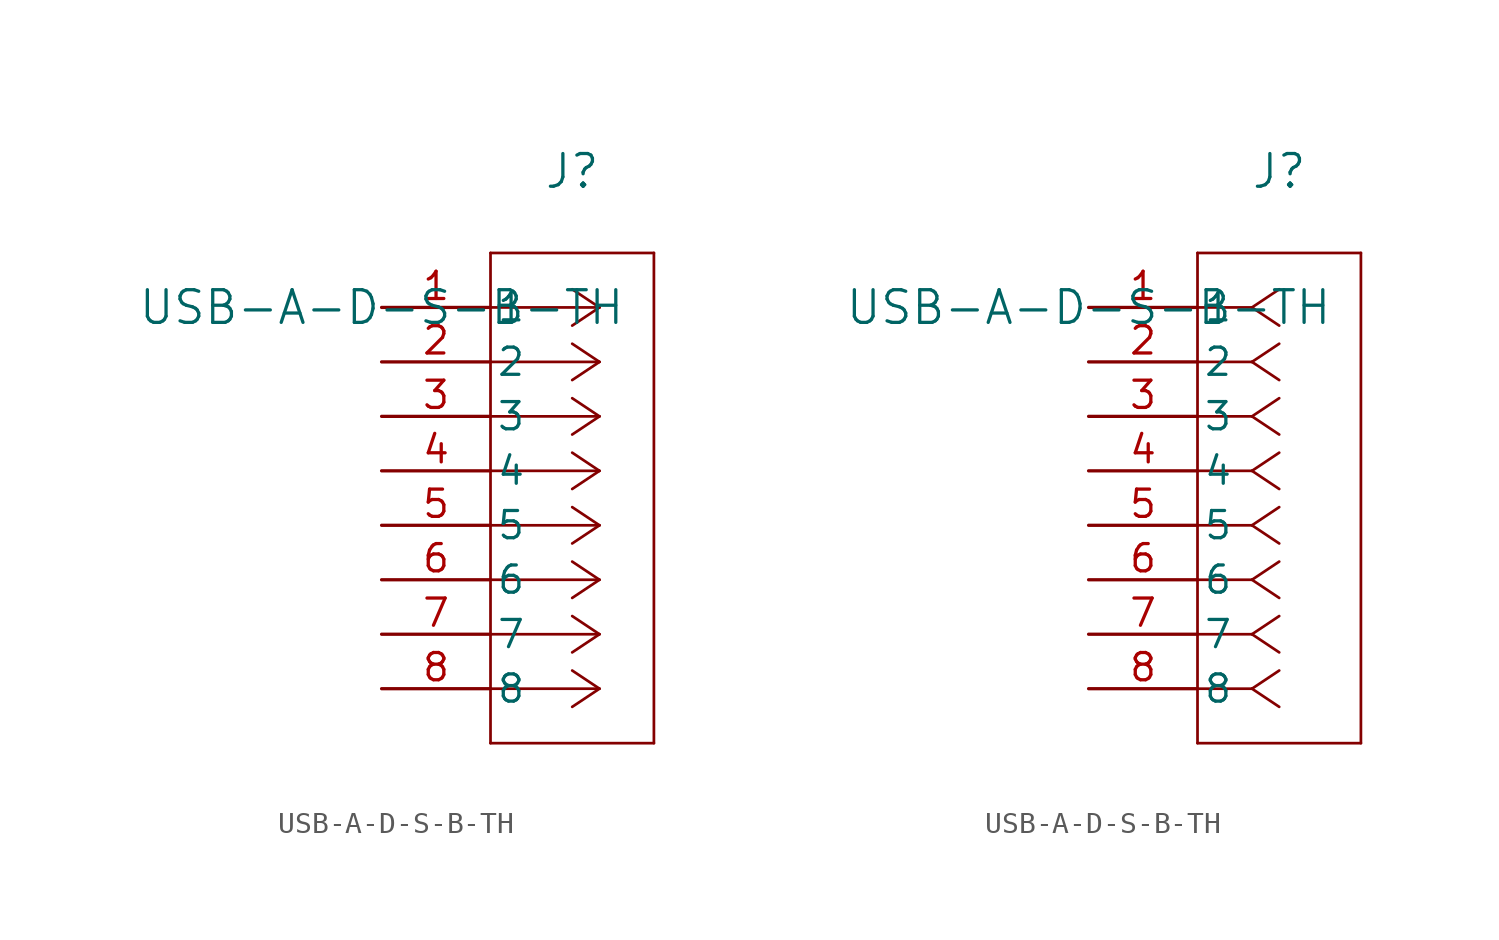
<source format=kicad_sym>
(kicad_symbol_lib
  (version 20211014)
  (generator kicad_symbol_editor)
  (symbol "USB-A-D-S-B-TH"
    (pin_names
      (offset 0.254))
    (property "Reference" "J"
      (at 8.89 6.35 0)
      (effects (font (size 1.524 1.524))))
    (property "Value" "USB-A-D-S-B-TH"
      (at 0 0 0)
      (effects (font (size 1.524 1.524))))
    (symbol "USB-A-D-S-B-TH_1_1"
      (polyline (pts (xy 10.16 0) (xy 5.08 0)) (stroke (width 0.127) (type default) (color 0 0 0 0)) (fill (type none)))
      (polyline (pts (xy 10.16 -2.54) (xy 5.08 -2.54)) (stroke (width 0.127) (type default) (color 0 0 0 0)) (fill (type none)))
      (polyline (pts (xy 10.16 -5.08) (xy 5.08 -5.08)) (stroke (width 0.127) (type default) (color 0 0 0 0)) (fill (type none)))
      (polyline (pts (xy 10.16 -7.62) (xy 5.08 -7.62)) (stroke (width 0.127) (type default) (color 0 0 0 0)) (fill (type none)))
      (polyline (pts (xy 10.16 -10.16) (xy 5.08 -10.16)) (stroke (width 0.127) (type default) (color 0 0 0 0)) (fill (type none)))
      (polyline (pts (xy 10.16 -12.7) (xy 5.08 -12.7)) (stroke (width 0.127) (type default) (color 0 0 0 0)) (fill (type none)))
      (polyline (pts (xy 10.16 -15.24) (xy 5.08 -15.24)) (stroke (width 0.127) (type default) (color 0 0 0 0)) (fill (type none)))
      (polyline (pts (xy 10.16 -17.78) (xy 5.08 -17.78)) (stroke (width 0.127) (type default) (color 0 0 0 0)) (fill (type none)))
      (polyline (pts (xy 10.16 0) (xy 8.89 0.847)) (stroke (width 0.127) (type default) (color 0 0 0 0)) (fill (type none)))
      (polyline (pts (xy 10.16 -2.54) (xy 8.89 -1.693)) (stroke (width 0.127) (type default) (color 0 0 0 0)) (fill (type none)))
      (polyline (pts (xy 10.16 -5.08) (xy 8.89 -4.233)) (stroke (width 0.127) (type default) (color 0 0 0 0)) (fill (type none)))
      (polyline (pts (xy 10.16 -7.62) (xy 8.89 -6.773)) (stroke (width 0.127) (type default) (color 0 0 0 0)) (fill (type none)))
      (polyline (pts (xy 10.16 -10.16) (xy 8.89 -9.313)) (stroke (width 0.127) (type default) (color 0 0 0 0)) (fill (type none)))
      (polyline (pts (xy 10.16 -12.7) (xy 8.89 -11.853)) (stroke (width 0.127) (type default) (color 0 0 0 0)) (fill (type none)))
      (polyline (pts (xy 10.16 -15.24) (xy 8.89 -14.393)) (stroke (width 0.127) (type default) (color 0 0 0 0)) (fill (type none)))
      (polyline (pts (xy 10.16 -17.78) (xy 8.89 -16.933)) (stroke (width 0.127) (type default) (color 0 0 0 0)) (fill (type none)))
      (polyline (pts (xy 10.16 0) (xy 8.89 -0.847)) (stroke (width 0.127) (type default) (color 0 0 0 0)) (fill (type none)))
      (polyline (pts (xy 10.16 -2.54) (xy 8.89 -3.387)) (stroke (width 0.127) (type default) (color 0 0 0 0)) (fill (type none)))
      (polyline (pts (xy 10.16 -5.08) (xy 8.89 -5.927)) (stroke (width 0.127) (type default) (color 0 0 0 0)) (fill (type none)))
      (polyline (pts (xy 10.16 -7.62) (xy 8.89 -8.467)) (stroke (width 0.127) (type default) (color 0 0 0 0)) (fill (type none)))
      (polyline (pts (xy 10.16 -10.16) (xy 8.89 -11.007)) (stroke (width 0.127) (type default) (color 0 0 0 0)) (fill (type none)))
      (polyline (pts (xy 10.16 -12.7) (xy 8.89 -13.547)) (stroke (width 0.127) (type default) (color 0 0 0 0)) (fill (type none)))
      (polyline (pts (xy 10.16 -15.24) (xy 8.89 -16.087)) (stroke (width 0.127) (type default) (color 0 0 0 0)) (fill (type none)))
      (polyline (pts (xy 10.16 -17.78) (xy 8.89 -18.627)) (stroke (width 0.127) (type default) (color 0 0 0 0)) (fill (type none)))
      (polyline (pts (xy 5.08 2.54) (xy 5.08 -20.32)) (stroke (width 0.127) (type default) (color 0 0 0 0)) (fill (type none)))
      (polyline (pts (xy 5.08 -20.32) (xy 12.7 -20.32)) (stroke (width 0.127) (type default) (color 0 0 0 0)) (fill (type none)))
      (polyline (pts (xy 12.7 -20.32) (xy 12.7 2.54)) (stroke (width 0.127) (type default) (color 0 0 0 0)) (fill (type none)))
      (polyline (pts (xy 12.7 2.54) (xy 5.08 2.54)) (stroke (width 0.127) (type default) (color 0 0 0 0)) (fill (type none)))
      (pin unspecified line (at 0 0 0) (length 5.08) (name "1" (effects (font (size 1.27 1.27)))) (number "1" (effects (font (size 1.27 1.27)))))
      (pin unspecified line (at 0 -2.54 0) (length 5.08) (name "2" (effects (font (size 1.27 1.27)))) (number "2" (effects (font (size 1.27 1.27)))))
      (pin unspecified line (at 0 -5.08 0) (length 5.08) (name "3" (effects (font (size 1.27 1.27)))) (number "3" (effects (font (size 1.27 1.27)))))
      (pin unspecified line (at 0 -7.62 0) (length 5.08) (name "4" (effects (font (size 1.27 1.27)))) (number "4" (effects (font (size 1.27 1.27)))))
      (pin unspecified line (at 0 -10.16 0) (length 5.08) (name "5" (effects (font (size 1.27 1.27)))) (number "5" (effects (font (size 1.27 1.27)))))
      (pin unspecified line (at 0 -12.7 0) (length 5.08) (name "6" (effects (font (size 1.27 1.27)))) (number "6" (effects (font (size 1.27 1.27)))))
      (pin unspecified line (at 0 -15.24 0) (length 5.08) (name "7" (effects (font (size 1.27 1.27)))) (number "7" (effects (font (size 1.27 1.27)))))
      (pin unspecified line (at 0 -17.78 0) (length 5.08) (name "8" (effects (font (size 1.27 1.27)))) (number "8" (effects (font (size 1.27 1.27))))))
    (symbol "USB-A-D-S-B-TH_1_2"
      (polyline (pts (xy 7.62 0) (xy 5.08 0)) (stroke (width 0.127) (type default) (color 0 0 0 0)) (fill (type none)))
      (polyline (pts (xy 7.62 -2.54) (xy 5.08 -2.54)) (stroke (width 0.127) (type default) (color 0 0 0 0)) (fill (type none)))
      (polyline (pts (xy 7.62 -5.08) (xy 5.08 -5.08)) (stroke (width 0.127) (type default) (color 0 0 0 0)) (fill (type none)))
      (polyline (pts (xy 7.62 -7.62) (xy 5.08 -7.62)) (stroke (width 0.127) (type default) (color 0 0 0 0)) (fill (type none)))
      (polyline (pts (xy 7.62 -10.16) (xy 5.08 -10.16)) (stroke (width 0.127) (type default) (color 0 0 0 0)) (fill (type none)))
      (polyline (pts (xy 7.62 -12.7) (xy 5.08 -12.7)) (stroke (width 0.127) (type default) (color 0 0 0 0)) (fill (type none)))
      (polyline (pts (xy 7.62 -15.24) (xy 5.08 -15.24)) (stroke (width 0.127) (type default) (color 0 0 0 0)) (fill (type none)))
      (polyline (pts (xy 7.62 -17.78) (xy 5.08 -17.78)) (stroke (width 0.127) (type default) (color 0 0 0 0)) (fill (type none)))
      (polyline (pts (xy 7.62 0) (xy 8.89 0.847)) (stroke (width 0.127) (type default) (color 0 0 0 0)) (fill (type none)))
      (polyline (pts (xy 7.62 -2.54) (xy 8.89 -1.693)) (stroke (width 0.127) (type default) (color 0 0 0 0)) (fill (type none)))
      (polyline (pts (xy 7.62 -5.08) (xy 8.89 -4.233)) (stroke (width 0.127) (type default) (color 0 0 0 0)) (fill (type none)))
      (polyline (pts (xy 7.62 -7.62) (xy 8.89 -6.773)) (stroke (width 0.127) (type default) (color 0 0 0 0)) (fill (type none)))
      (polyline (pts (xy 7.62 -10.16) (xy 8.89 -9.313)) (stroke (width 0.127) (type default) (color 0 0 0 0)) (fill (type none)))
      (polyline (pts (xy 7.62 -12.7) (xy 8.89 -11.853)) (stroke (width 0.127) (type default) (color 0 0 0 0)) (fill (type none)))
      (polyline (pts (xy 7.62 -15.24) (xy 8.89 -14.393)) (stroke (width 0.127) (type default) (color 0 0 0 0)) (fill (type none)))
      (polyline (pts (xy 7.62 -17.78) (xy 8.89 -16.933)) (stroke (width 0.127) (type default) (color 0 0 0 0)) (fill (type none)))
      (polyline (pts (xy 7.62 0) (xy 8.89 -0.847)) (stroke (width 0.127) (type default) (color 0 0 0 0)) (fill (type none)))
      (polyline (pts (xy 7.62 -2.54) (xy 8.89 -3.387)) (stroke (width 0.127) (type default) (color 0 0 0 0)) (fill (type none)))
      (polyline (pts (xy 7.62 -5.08) (xy 8.89 -5.927)) (stroke (width 0.127) (type default) (color 0 0 0 0)) (fill (type none)))
      (polyline (pts (xy 7.62 -7.62) (xy 8.89 -8.467)) (stroke (width 0.127) (type default) (color 0 0 0 0)) (fill (type none)))
      (polyline (pts (xy 7.62 -10.16) (xy 8.89 -11.007)) (stroke (width 0.127) (type default) (color 0 0 0 0)) (fill (type none)))
      (polyline (pts (xy 7.62 -12.7) (xy 8.89 -13.547)) (stroke (width 0.127) (type default) (color 0 0 0 0)) (fill (type none)))
      (polyline (pts (xy 7.62 -15.24) (xy 8.89 -16.087)) (stroke (width 0.127) (type default) (color 0 0 0 0)) (fill (type none)))
      (polyline (pts (xy 7.62 -17.78) (xy 8.89 -18.627)) (stroke (width 0.127) (type default) (color 0 0 0 0)) (fill (type none)))
      (polyline (pts (xy 5.08 2.54) (xy 5.08 -20.32)) (stroke (width 0.127) (type default) (color 0 0 0 0)) (fill (type none)))
      (polyline (pts (xy 5.08 -20.32) (xy 12.7 -20.32)) (stroke (width 0.127) (type default) (color 0 0 0 0)) (fill (type none)))
      (polyline (pts (xy 12.7 -20.32) (xy 12.7 2.54)) (stroke (width 0.127) (type default) (color 0 0 0 0)) (fill (type none)))
      (polyline (pts (xy 12.7 2.54) (xy 5.08 2.54)) (stroke (width 0.127) (type default) (color 0 0 0 0)) (fill (type none)))
      (pin unspecified line (at 0 0 0) (length 5.08) (name "1" (effects (font (size 1.27 1.27)))) (number "1" (effects (font (size 1.27 1.27)))))
      (pin unspecified line (at 0 -2.54 0) (length 5.08) (name "2" (effects (font (size 1.27 1.27)))) (number "2" (effects (font (size 1.27 1.27)))))
      (pin unspecified line (at 0 -5.08 0) (length 5.08) (name "3" (effects (font (size 1.27 1.27)))) (number "3" (effects (font (size 1.27 1.27)))))
      (pin unspecified line (at 0 -7.62 0) (length 5.08) (name "4" (effects (font (size 1.27 1.27)))) (number "4" (effects (font (size 1.27 1.27)))))
      (pin unspecified line (at 0 -10.16 0) (length 5.08) (name "5" (effects (font (size 1.27 1.27)))) (number "5" (effects (font (size 1.27 1.27)))))
      (pin unspecified line (at 0 -12.7 0) (length 5.08) (name "6" (effects (font (size 1.27 1.27)))) (number "6" (effects (font (size 1.27 1.27)))))
      (pin unspecified line (at 0 -15.24 0) (length 5.08) (name "7" (effects (font (size 1.27 1.27)))) (number "7" (effects (font (size 1.27 1.27)))))
      (pin unspecified line (at 0 -17.78 0) (length 5.08) (name "8" (effects (font (size 1.27 1.27)))) (number "8" (effects (font (size 1.27 1.27))))))))
</source>
